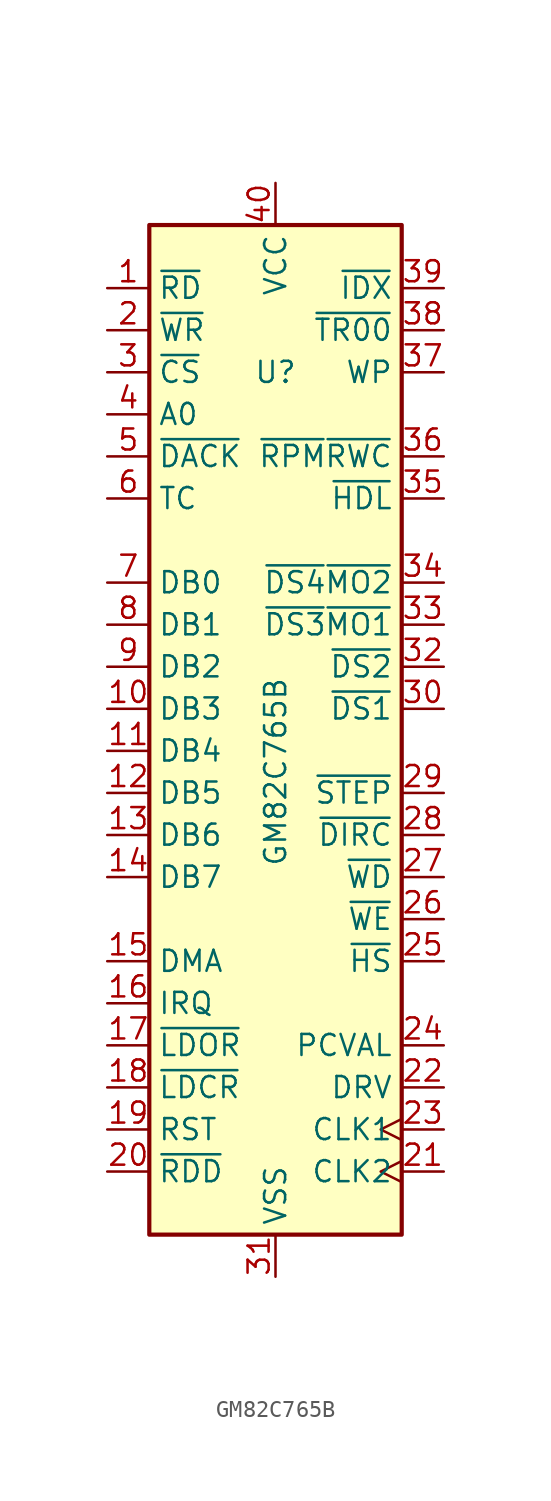
<source format=kicad_sym>
(kicad_symbol_lib
  (version 20241209)
  (generator "kicad_symbol_editor")
  (generator_version "9.0")
  (symbol "GM82C765B"
    (property "Reference" "U"
      (at 0 21.59 0)
      (effects (font (size 1.27 1.27))))
    (property "Value" "GM82C765B"
      (at 0 -2.54 90)
      (effects (font (size 1.27 1.27))))
    (symbol "GM82C765B_0_1"
      (rectangle (start -7.62 30.48) (end 7.62 -30.48) (stroke (width 0.254) (type default)) (fill (type background))))
    (symbol "GM82C765B_1_1"
      (pin input line (at -10.16 26.67 0) (length 2.54) (name "~{RD}" (effects (font (size 1.27 1.27)))) (number "1" (effects (font (size 1.27 1.27)))))
      (pin input line (at -10.16 24.13 0) (length 2.54) (name "~{WR}" (effects (font (size 1.27 1.27)))) (number "2" (effects (font (size 1.27 1.27)))))
      (pin input line (at -10.16 21.59 0) (length 2.54) (name "~{CS}" (effects (font (size 1.27 1.27)))) (number "3" (effects (font (size 1.27 1.27)))))
      (pin input line (at -10.16 19.05 0) (length 2.54) (name "A0" (effects (font (size 1.27 1.27)))) (number "4" (effects (font (size 1.27 1.27)))))
      (pin input line (at -10.16 16.51 0) (length 2.54) (name "~{DACK}" (effects (font (size 1.27 1.27)))) (number "5" (effects (font (size 1.27 1.27)))))
      (pin input line (at -10.16 13.97 0) (length 2.54) (name "TC" (effects (font (size 1.27 1.27)))) (number "6" (effects (font (size 1.27 1.27)))))
      (pin bidirectional line (at -10.16 8.89 0) (length 2.54) (name "DB0" (effects (font (size 1.27 1.27)))) (number "7" (effects (font (size 1.27 1.27)))))
      (pin bidirectional line (at -10.16 6.35 0) (length 2.54) (name "DB1" (effects (font (size 1.27 1.27)))) (number "8" (effects (font (size 1.27 1.27)))))
      (pin bidirectional line (at -10.16 3.81 0) (length 2.54) (name "DB2" (effects (font (size 1.27 1.27)))) (number "9" (effects (font (size 1.27 1.27)))))
      (pin bidirectional line (at -10.16 1.27 0) (length 2.54) (name "DB3" (effects (font (size 1.27 1.27)))) (number "10" (effects (font (size 1.27 1.27)))))
      (pin bidirectional line (at -10.16 -1.27 0) (length 2.54) (name "DB4" (effects (font (size 1.27 1.27)))) (number "11" (effects (font (size 1.27 1.27)))))
      (pin bidirectional line (at -10.16 -3.81 0) (length 2.54) (name "DB5" (effects (font (size 1.27 1.27)))) (number "12" (effects (font (size 1.27 1.27)))))
      (pin bidirectional line (at -10.16 -6.35 0) (length 2.54) (name "DB6" (effects (font (size 1.27 1.27)))) (number "13" (effects (font (size 1.27 1.27)))))
      (pin bidirectional line (at -10.16 -8.89 0) (length 2.54) (name "DB7" (effects (font (size 1.27 1.27)))) (number "14" (effects (font (size 1.27 1.27)))))
      (pin tri_state line (at -10.16 -13.97 0) (length 2.54) (name "DMA" (effects (font (size 1.27 1.27)))) (number "15" (effects (font (size 1.27 1.27)))))
      (pin tri_state line (at -10.16 -16.51 0) (length 2.54) (name "IRQ" (effects (font (size 1.27 1.27)))) (number "16" (effects (font (size 1.27 1.27)))))
      (pin input line (at -10.16 -19.05 0) (length 2.54) (name "~{LDOR}" (effects (font (size 1.27 1.27)))) (number "17" (effects (font (size 1.27 1.27)))))
      (pin input line (at -10.16 -21.59 0) (length 2.54) (name "~{LDCR}" (effects (font (size 1.27 1.27)))) (number "18" (effects (font (size 1.27 1.27)))))
      (pin input line (at -10.16 -24.13 0) (length 2.54) (name "RST" (effects (font (size 1.27 1.27)))) (number "19" (effects (font (size 1.27 1.27)))))
      (pin input line (at -10.16 -26.67 0) (length 2.54) (name "~{RDD}" (effects (font (size 1.27 1.27)))) (number "20" (effects (font (size 1.27 1.27)))))
      (pin power_in line (at 0 33.02 270) (length 2.54) (name "VCC" (effects (font (size 1.27 1.27)))) (number "40" (effects (font (size 1.27 1.27)))))
      (pin power_in line (at 0 -33.02 90) (length 2.54) (name "VSS" (effects (font (size 1.27 1.27)))) (number "31" (effects (font (size 1.27 1.27)))))
      (pin input line (at 10.16 26.67 180) (length 2.54) (name "~{IDX}" (effects (font (size 1.27 1.27)))) (number "39" (effects (font (size 1.27 1.27)))))
      (pin input line (at 10.16 24.13 180) (length 2.54) (name "~{TR00}" (effects (font (size 1.27 1.27)))) (number "38" (effects (font (size 1.27 1.27)))))
      (pin input line (at 10.16 21.59 180) (length 2.54) (name "WP" (effects (font (size 1.27 1.27)))) (number "37" (effects (font (size 1.27 1.27)))))
      (pin output line (at 10.16 16.51 180) (length 2.54) (name "~{RPM}~{RWC}" (effects (font (size 1.27 1.27)))) (number "36" (effects (font (size 1.27 1.27)))))
      (pin output line (at 10.16 13.97 180) (length 2.54) (name "~{HDL}" (effects (font (size 1.27 1.27)))) (number "35" (effects (font (size 1.27 1.27)))))
      (pin output line (at 10.16 8.89 180) (length 2.54) (name "~{DS4}~{MO2}" (effects (font (size 1.27 1.27)))) (number "34" (effects (font (size 1.27 1.27)))))
      (pin output line (at 10.16 6.35 180) (length 2.54) (name "~{DS3}~{MO1}" (effects (font (size 1.27 1.27)))) (number "33" (effects (font (size 1.27 1.27)))))
      (pin output line (at 10.16 3.81 180) (length 2.54) (name "~{DS2}" (effects (font (size 1.27 1.27)))) (number "32" (effects (font (size 1.27 1.27)))))
      (pin output line (at 10.16 1.27 180) (length 2.54) (name "~{DS1}" (effects (font (size 1.27 1.27)))) (number "30" (effects (font (size 1.27 1.27)))))
      (pin output line (at 10.16 -3.81 180) (length 2.54) (name "~{STEP}" (effects (font (size 1.27 1.27)))) (number "29" (effects (font (size 1.27 1.27)))))
      (pin output line (at 10.16 -6.35 180) (length 2.54) (name "~{DIRC}" (effects (font (size 1.27 1.27)))) (number "28" (effects (font (size 1.27 1.27)))))
      (pin output line (at 10.16 -8.89 180) (length 2.54) (name "~{WD}" (effects (font (size 1.27 1.27)))) (number "27" (effects (font (size 1.27 1.27)))))
      (pin output line (at 10.16 -11.43 180) (length 2.54) (name "~{WE}" (effects (font (size 1.27 1.27)))) (number "26" (effects (font (size 1.27 1.27)))))
      (pin output line (at 10.16 -13.97 180) (length 2.54) (name "~{HS}" (effects (font (size 1.27 1.27)))) (number "25" (effects (font (size 1.27 1.27)))))
      (pin input line (at 10.16 -19.05 180) (length 2.54) (name "PCVAL" (effects (font (size 1.27 1.27)))) (number "24" (effects (font (size 1.27 1.27)))))
      (pin input line (at 10.16 -21.59 180) (length 2.54) (name "DRV" (effects (font (size 1.27 1.27)))) (number "22" (effects (font (size 1.27 1.27)))))
      (pin input clock (at 10.16 -24.13 180) (length 2.54) (name "CLK1" (effects (font (size 1.27 1.27)))) (number "23" (effects (font (size 1.27 1.27)))))
      (pin input clock (at 10.16 -26.67 180) (length 2.54) (name "CLK2" (effects (font (size 1.27 1.27)))) (number "21" (effects (font (size 1.27 1.27))))))))
</source>
